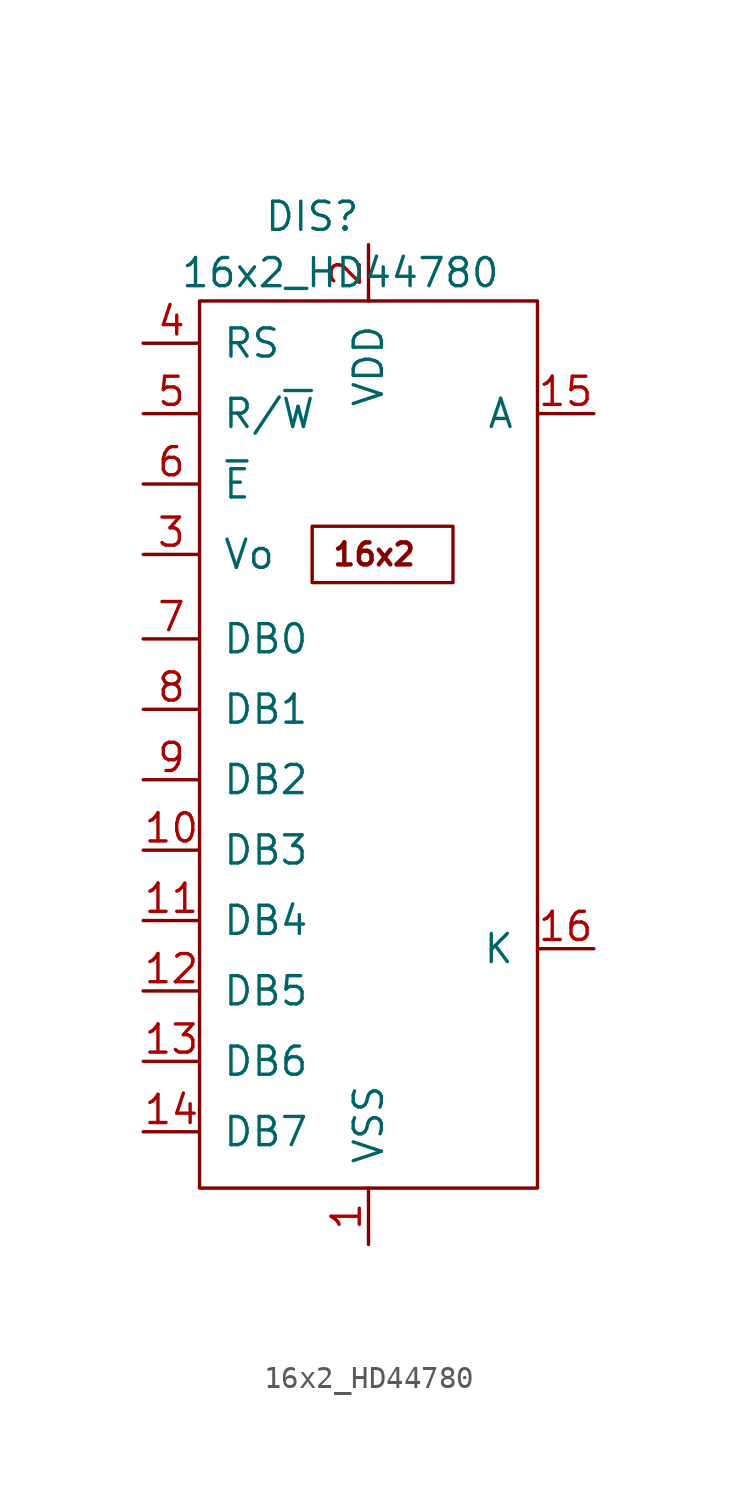
<source format=kicad_sym>
(kicad_symbol_lib
  (version 20211014)
  (generator kicad_symbol_editor)
  (symbol "16x2_HD44780"
    (pin_names
      (offset 1.016))
    (property "Reference" "DIS"
      (at -1.27 2.54 0)
      (effects (font (size 1.27 1.27))))
    (property "Value" "16x2_HD44780"
      (at 0 0 0)
      (effects (font (size 1.27 1.27))))
    (symbol "16x2_HD44780_0_1"
      (rectangle (start -6.35 -1.27) (end 8.89 -41.275) (stroke (width 0.152) (type default) (color 0 0 0 0)) (fill (type none)))
      (rectangle (start -1.27 -11.43) (end 5.08 -13.97) (stroke (width 0) (type default) (color 0 0 0 0)) (fill (type none))))
    (symbol "16x2_HD44780_1_1"
      (text "16x2" (at 1.524 -12.7 0) (effects (font (size 0.991 0.991) bold)))
      (pin power_in line (at 1.27 -43.815 90) (length 2.54) (name "VSS" (effects (font (size 1.27 1.27)))) (number "1" (effects (font (size 1.27 1.27)))))
      (pin bidirectional line (at -8.89 -26.035 0) (length 2.54) (name "DB3" (effects (font (size 1.27 1.27)))) (number "10" (effects (font (size 1.27 1.27)))))
      (pin bidirectional line (at -8.89 -29.21 0) (length 2.54) (name "DB4" (effects (font (size 1.27 1.27)))) (number "11" (effects (font (size 1.27 1.27)))))
      (pin bidirectional line (at -8.89 -32.385 0) (length 2.54) (name "DB5" (effects (font (size 1.27 1.27)))) (number "12" (effects (font (size 1.27 1.27)))))
      (pin bidirectional line (at -8.89 -35.56 0) (length 2.54) (name "DB6" (effects (font (size 1.27 1.27)))) (number "13" (effects (font (size 1.27 1.27)))))
      (pin bidirectional line (at -8.89 -38.735 0) (length 2.54) (name "DB7" (effects (font (size 1.27 1.27)))) (number "14" (effects (font (size 1.27 1.27)))))
      (pin passive line (at 11.43 -6.35 180) (length 2.54) (name "A" (effects (font (size 1.27 1.27)))) (number "15" (effects (font (size 1.27 1.27)))))
      (pin passive line (at 11.43 -30.48 180) (length 2.54) (name "K" (effects (font (size 1.27 1.27)))) (number "16" (effects (font (size 1.27 1.27)))))
      (pin power_in line (at 1.27 1.27 270) (length 2.54) (name "VDD" (effects (font (size 1.27 1.27)))) (number "2" (effects (font (size 1.27 1.27)))))
      (pin input line (at -8.89 -12.7 0) (length 2.54) (name "Vo" (effects (font (size 1.27 1.27)))) (number "3" (effects (font (size 1.27 1.27)))))
      (pin input line (at -8.89 -3.175 0) (length 2.54) (name "RS" (effects (font (size 1.27 1.27)))) (number "4" (effects (font (size 1.27 1.27)))))
      (pin input line (at -8.89 -6.35 0) (length 2.54) (name "R/~{W}" (effects (font (size 1.27 1.27)))) (number "5" (effects (font (size 1.27 1.27)))))
      (pin input line (at -8.89 -9.525 0) (length 2.54) (name "~{E}" (effects (font (size 1.27 1.27)))) (number "6" (effects (font (size 1.27 1.27)))))
      (pin bidirectional line (at -8.89 -16.51 0) (length 2.54) (name "DB0" (effects (font (size 1.27 1.27)))) (number "7" (effects (font (size 1.27 1.27)))))
      (pin bidirectional line (at -8.89 -19.685 0) (length 2.54) (name "DB1" (effects (font (size 1.27 1.27)))) (number "8" (effects (font (size 1.27 1.27)))))
      (pin bidirectional line (at -8.89 -22.86 0) (length 2.54) (name "DB2" (effects (font (size 1.27 1.27)))) (number "9" (effects (font (size 1.27 1.27))))))))
</source>
